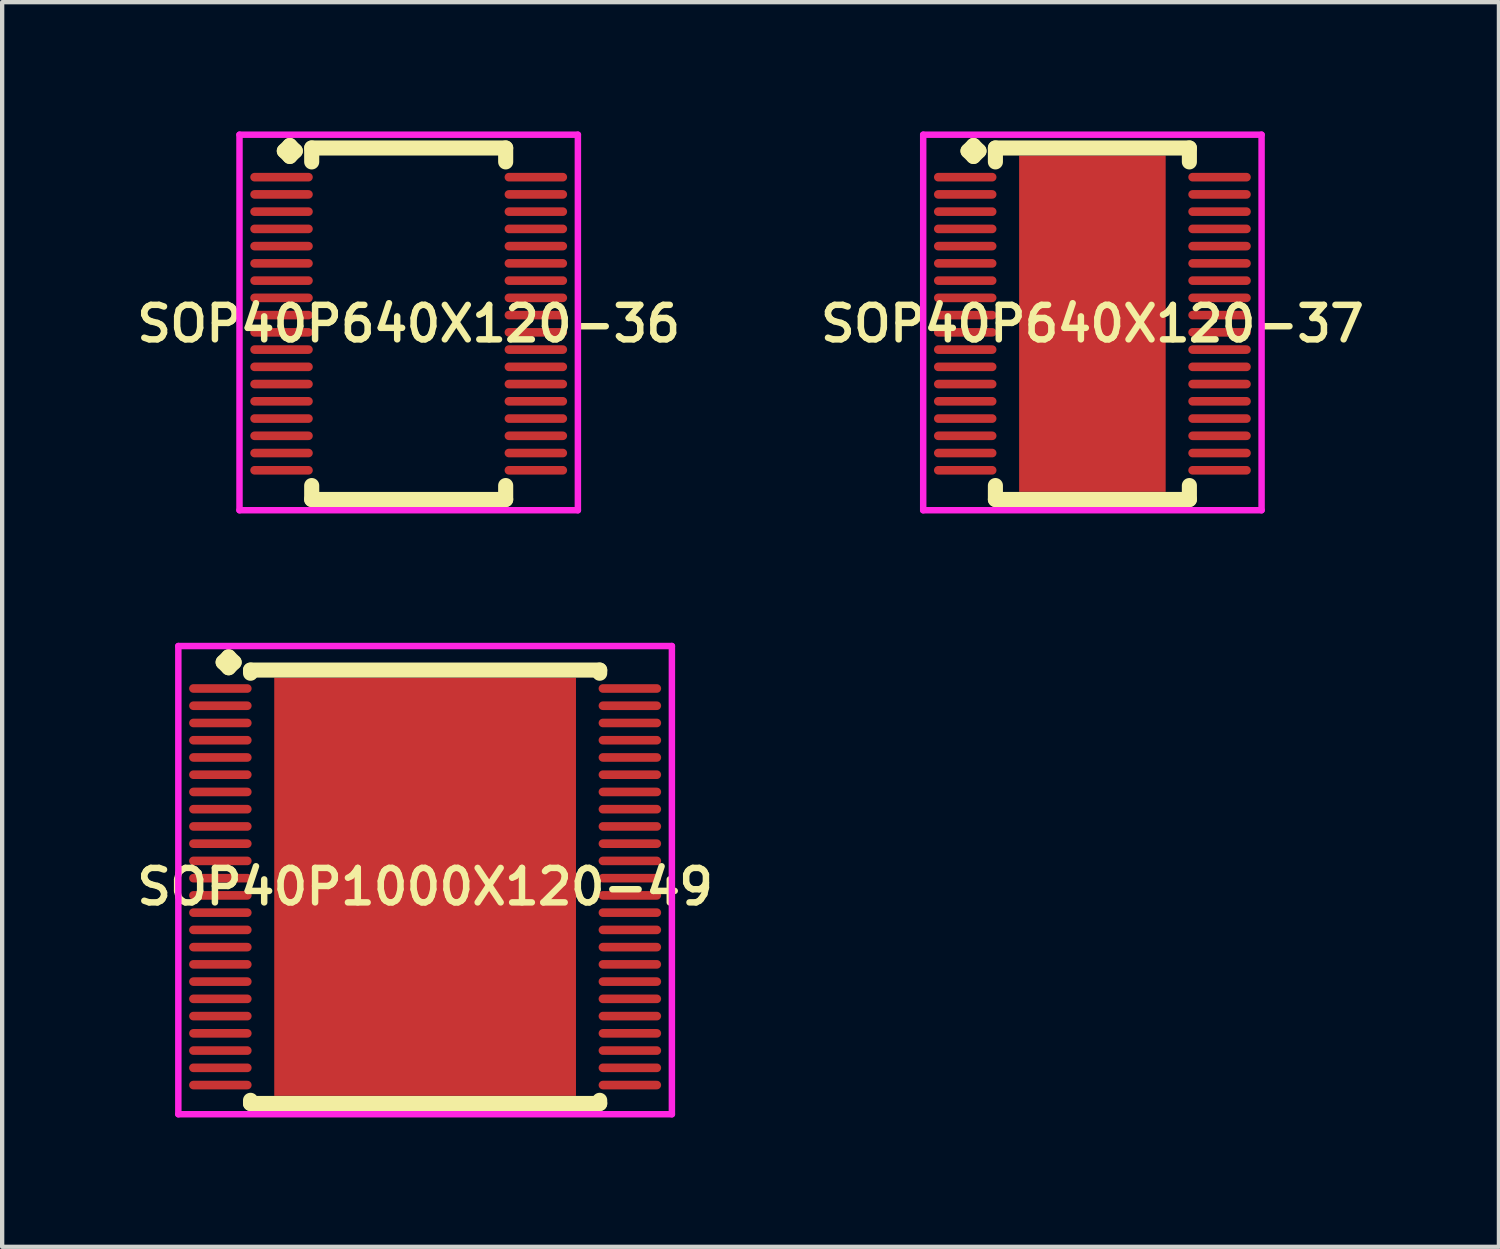
<source format=kicad_pcb>
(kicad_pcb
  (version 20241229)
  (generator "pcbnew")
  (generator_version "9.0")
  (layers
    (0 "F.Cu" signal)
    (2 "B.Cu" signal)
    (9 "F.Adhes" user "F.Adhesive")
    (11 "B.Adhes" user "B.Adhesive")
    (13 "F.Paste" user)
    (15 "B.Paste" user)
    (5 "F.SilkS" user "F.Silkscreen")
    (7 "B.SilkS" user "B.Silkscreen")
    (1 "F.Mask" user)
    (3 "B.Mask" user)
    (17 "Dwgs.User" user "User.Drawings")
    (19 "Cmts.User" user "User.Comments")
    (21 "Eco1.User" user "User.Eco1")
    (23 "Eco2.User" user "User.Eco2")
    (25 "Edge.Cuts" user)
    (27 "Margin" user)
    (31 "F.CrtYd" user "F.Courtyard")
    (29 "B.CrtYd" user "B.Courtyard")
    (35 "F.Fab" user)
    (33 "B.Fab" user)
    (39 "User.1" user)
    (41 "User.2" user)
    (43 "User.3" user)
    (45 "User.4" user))
  (footprint "SOP40P640X120-36"
    (layer "F.Cu")
    (at 6.431 4.46)
    (property "Reference" "SOP40P640X120-36" (at 0 0 0) (layer "F.SilkS") (effects (font (size 0.8 0.8) (thickness 0.15))))
    (attr smd)
    (fp_line (start -2.885 -4.008) (end -2.758 -4.135) (stroke (width 0.35) (type solid)) (layer "F.SilkS"))
    (fp_line (start -2.758 -4.135) (end -2.631 -4.008) (stroke (width 0.35) (type solid)) (layer "F.SilkS"))
    (fp_line (start -2.758 -3.881) (end -2.885 -4.008) (stroke (width 0.35) (type solid)) (layer "F.SilkS"))
    (fp_line (start -2.631 -4.008) (end -2.758 -3.881) (stroke (width 0.35) (type solid)) (layer "F.SilkS"))
    (fp_line (start -2.25 -4.077) (end 2.25 -4.077) (stroke (width 0.35) (type solid)) (layer "F.SilkS"))
    (fp_line (start -2.25 -3.754) (end -2.25 -4.077) (stroke (width 0.35) (type solid)) (layer "F.SilkS"))
    (fp_line (start -2.25 3.754) (end -2.25 4.077) (stroke (width 0.35) (type solid)) (layer "F.SilkS"))
    (fp_line (start -2.25 4.077) (end 2.25 4.077) (stroke (width 0.35) (type solid)) (layer "F.SilkS"))
    (fp_line (start 2.25 -4.077) (end 2.25 -3.754) (stroke (width 0.35) (type solid)) (layer "F.SilkS"))
    (fp_line (start 2.25 4.077) (end 2.25 3.754) (stroke (width 0.35) (type solid)) (layer "F.SilkS"))
    (fp_line (start -3.925 -4.385) (end 3.925 -4.385) (stroke (width 0.15) (type solid)) (layer "F.CrtYd"))
    (fp_line (start -3.925 4.327) (end -3.925 -4.385) (stroke (width 0.15) (type solid)) (layer "F.CrtYd"))
    (fp_line (start 3.925 -4.385) (end 3.925 4.327) (stroke (width 0.15) (type solid)) (layer "F.CrtYd"))
    (fp_line (start 3.925 4.327) (end -3.925 4.327) (stroke (width 0.15) (type solid)) (layer "F.CrtYd"))
    (pad "1" smd oval (at -2.95 -3.4) (size 1.45 0.2) (layers "F.Cu" "F.Mask" "F.Paste"))
    (pad "2" smd oval (at -2.95 -3) (size 1.45 0.2) (layers "F.Cu" "F.Mask" "F.Paste"))
    (pad "3" smd oval (at -2.95 -2.6) (size 1.45 0.2) (layers "F.Cu" "F.Mask" "F.Paste"))
    (pad "4" smd oval (at -2.95 -2.2) (size 1.45 0.2) (layers "F.Cu" "F.Mask" "F.Paste"))
    (pad "5" smd oval (at -2.95 -1.8) (size 1.45 0.2) (layers "F.Cu" "F.Mask" "F.Paste"))
    (pad "6" smd oval (at -2.95 -1.4) (size 1.45 0.2) (layers "F.Cu" "F.Mask" "F.Paste"))
    (pad "7" smd oval (at -2.95 -1) (size 1.45 0.2) (layers "F.Cu" "F.Mask" "F.Paste"))
    (pad "8" smd oval (at -2.95 -0.6) (size 1.45 0.2) (layers "F.Cu" "F.Mask" "F.Paste"))
    (pad "9" smd oval (at -2.95 -0.2) (size 1.45 0.2) (layers "F.Cu" "F.Mask" "F.Paste"))
    (pad "10" smd oval (at -2.95 0.2) (size 1.45 0.2) (layers "F.Cu" "F.Mask" "F.Paste"))
    (pad "11" smd oval (at -2.95 0.6) (size 1.45 0.2) (layers "F.Cu" "F.Mask" "F.Paste"))
    (pad "12" smd oval (at -2.95 1) (size 1.45 0.2) (layers "F.Cu" "F.Mask" "F.Paste"))
    (pad "13" smd oval (at -2.95 1.4) (size 1.45 0.2) (layers "F.Cu" "F.Mask" "F.Paste"))
    (pad "14" smd oval (at -2.95 1.8) (size 1.45 0.2) (layers "F.Cu" "F.Mask" "F.Paste"))
    (pad "15" smd oval (at -2.95 2.2) (size 1.45 0.2) (layers "F.Cu" "F.Mask" "F.Paste"))
    (pad "16" smd oval (at -2.95 2.6) (size 1.45 0.2) (layers "F.Cu" "F.Mask" "F.Paste"))
    (pad "17" smd oval (at -2.95 3) (size 1.45 0.2) (layers "F.Cu" "F.Mask" "F.Paste"))
    (pad "18" smd oval (at -2.95 3.4) (size 1.45 0.2) (layers "F.Cu" "F.Mask" "F.Paste"))
    (pad "19" smd oval (at 2.95 3.4) (size 1.45 0.2) (layers "F.Cu" "F.Mask" "F.Paste"))
    (pad "20" smd oval (at 2.95 3) (size 1.45 0.2) (layers "F.Cu" "F.Mask" "F.Paste"))
    (pad "21" smd oval (at 2.95 2.6) (size 1.45 0.2) (layers "F.Cu" "F.Mask" "F.Paste"))
    (pad "22" smd oval (at 2.95 2.2) (size 1.45 0.2) (layers "F.Cu" "F.Mask" "F.Paste"))
    (pad "23" smd oval (at 2.95 1.8) (size 1.45 0.2) (layers "F.Cu" "F.Mask" "F.Paste"))
    (pad "24" smd oval (at 2.95 1.4) (size 1.45 0.2) (layers "F.Cu" "F.Mask" "F.Paste"))
    (pad "25" smd oval (at 2.95 1) (size 1.45 0.2) (layers "F.Cu" "F.Mask" "F.Paste"))
    (pad "26" smd oval (at 2.95 0.6) (size 1.45 0.2) (layers "F.Cu" "F.Mask" "F.Paste"))
    (pad "27" smd oval (at 2.95 0.2) (size 1.45 0.2) (layers "F.Cu" "F.Mask" "F.Paste"))
    (pad "28" smd oval (at 2.95 -0.2) (size 1.45 0.2) (layers "F.Cu" "F.Mask" "F.Paste"))
    (pad "29" smd oval (at 2.95 -0.6) (size 1.45 0.2) (layers "F.Cu" "F.Mask" "F.Paste"))
    (pad "30" smd oval (at 2.95 -1) (size 1.45 0.2) (layers "F.Cu" "F.Mask" "F.Paste"))
    (pad "31" smd oval (at 2.95 -1.4) (size 1.45 0.2) (layers "F.Cu" "F.Mask" "F.Paste"))
    (pad "32" smd oval (at 2.95 -1.8) (size 1.45 0.2) (layers "F.Cu" "F.Mask" "F.Paste"))
    (pad "33" smd oval (at 2.95 -2.2) (size 1.45 0.2) (layers "F.Cu" "F.Mask" "F.Paste"))
    (pad "34" smd oval (at 2.95 -2.6) (size 1.45 0.2) (layers "F.Cu" "F.Mask" "F.Paste"))
    (pad "35" smd oval (at 2.95 -3) (size 1.45 0.2) (layers "F.Cu" "F.Mask" "F.Paste"))
    (pad "36" smd oval (at 2.95 -3.4) (size 1.45 0.2) (layers "F.Cu" "F.Mask" "F.Paste")))
  (footprint "SOP40P1000X120-49"
    (layer "F.Cu")
    (at 6.812 17.522)
    (property "Reference" "SOP40P1000X120-49" (at 0 0 0) (layer "F.SilkS") (effects (font (size 0.8 0.8) (thickness 0.15))))
    (attr smd)
    (fp_line (start -4.685 -5.208) (end -4.558 -5.335) (stroke (width 0.35) (type solid)) (layer "F.SilkS"))
    (fp_line (start -4.558 -5.335) (end -4.431 -5.208) (stroke (width 0.35) (type solid)) (layer "F.SilkS"))
    (fp_line (start -4.558 -5.081) (end -4.685 -5.208) (stroke (width 0.35) (type solid)) (layer "F.SilkS"))
    (fp_line (start -4.431 -5.208) (end -4.558 -5.081) (stroke (width 0.35) (type solid)) (layer "F.SilkS"))
    (fp_line (start -4.05 -5.027) (end 4.05 -5.027) (stroke (width 0.35) (type solid)) (layer "F.SilkS"))
    (fp_line (start -4.05 -4.954) (end -4.05 -5.027) (stroke (width 0.35) (type solid)) (layer "F.SilkS"))
    (fp_line (start -4.05 4.954) (end -4.05 5.027) (stroke (width 0.35) (type solid)) (layer "F.SilkS"))
    (fp_line (start -4.05 5.027) (end 4.05 5.027) (stroke (width 0.35) (type solid)) (layer "F.SilkS"))
    (fp_line (start 4.05 -5.027) (end 4.05 -4.954) (stroke (width 0.35) (type solid)) (layer "F.SilkS"))
    (fp_line (start 4.05 5.027) (end 4.05 4.954) (stroke (width 0.35) (type solid)) (layer "F.SilkS"))
    (fp_line (start -5.725 -5.585) (end 5.725 -5.585) (stroke (width 0.15) (type solid)) (layer "F.CrtYd"))
    (fp_line (start -5.725 5.277) (end -5.725 -5.585) (stroke (width 0.15) (type solid)) (layer "F.CrtYd"))
    (fp_line (start 5.725 -5.585) (end 5.725 5.277) (stroke (width 0.15) (type solid)) (layer "F.CrtYd"))
    (fp_line (start 5.725 5.277) (end -5.725 5.277) (stroke (width 0.15) (type solid)) (layer "F.CrtYd"))
    (pad "1" smd oval (at -4.75 -4.6) (size 1.45 0.2) (layers "F.Cu" "F.Mask" "F.Paste"))
    (pad "2" smd oval (at -4.75 -4.2) (size 1.45 0.2) (layers "F.Cu" "F.Mask" "F.Paste"))
    (pad "3" smd oval (at -4.75 -3.8) (size 1.45 0.2) (layers "F.Cu" "F.Mask" "F.Paste"))
    (pad "4" smd oval (at -4.75 -3.4) (size 1.45 0.2) (layers "F.Cu" "F.Mask" "F.Paste"))
    (pad "5" smd oval (at -4.75 -3) (size 1.45 0.2) (layers "F.Cu" "F.Mask" "F.Paste"))
    (pad "6" smd oval (at -4.75 -2.6) (size 1.45 0.2) (layers "F.Cu" "F.Mask" "F.Paste"))
    (pad "7" smd oval (at -4.75 -2.2) (size 1.45 0.2) (layers "F.Cu" "F.Mask" "F.Paste"))
    (pad "8" smd oval (at -4.75 -1.8) (size 1.45 0.2) (layers "F.Cu" "F.Mask" "F.Paste"))
    (pad "9" smd oval (at -4.75 -1.4) (size 1.45 0.2) (layers "F.Cu" "F.Mask" "F.Paste"))
    (pad "10" smd oval (at -4.75 -1) (size 1.45 0.2) (layers "F.Cu" "F.Mask" "F.Paste"))
    (pad "11" smd oval (at -4.75 -0.6) (size 1.45 0.2) (layers "F.Cu" "F.Mask" "F.Paste"))
    (pad "12" smd oval (at -4.75 -0.2) (size 1.45 0.2) (layers "F.Cu" "F.Mask" "F.Paste"))
    (pad "13" smd oval (at -4.75 0.2) (size 1.45 0.2) (layers "F.Cu" "F.Mask" "F.Paste"))
    (pad "14" smd oval (at -4.75 0.6) (size 1.45 0.2) (layers "F.Cu" "F.Mask" "F.Paste"))
    (pad "15" smd oval (at -4.75 1) (size 1.45 0.2) (layers "F.Cu" "F.Mask" "F.Paste"))
    (pad "16" smd oval (at -4.75 1.4) (size 1.45 0.2) (layers "F.Cu" "F.Mask" "F.Paste"))
    (pad "17" smd oval (at -4.75 1.8) (size 1.45 0.2) (layers "F.Cu" "F.Mask" "F.Paste"))
    (pad "18" smd oval (at -4.75 2.2) (size 1.45 0.2) (layers "F.Cu" "F.Mask" "F.Paste"))
    (pad "19" smd oval (at -4.75 2.6) (size 1.45 0.2) (layers "F.Cu" "F.Mask" "F.Paste"))
    (pad "20" smd oval (at -4.75 3) (size 1.45 0.2) (layers "F.Cu" "F.Mask" "F.Paste"))
    (pad "21" smd oval (at -4.75 3.4) (size 1.45 0.2) (layers "F.Cu" "F.Mask" "F.Paste"))
    (pad "22" smd oval (at -4.75 3.8) (size 1.45 0.2) (layers "F.Cu" "F.Mask" "F.Paste"))
    (pad "23" smd oval (at -4.75 4.2) (size 1.45 0.2) (layers "F.Cu" "F.Mask" "F.Paste"))
    (pad "24" smd oval (at -4.75 4.6) (size 1.45 0.2) (layers "F.Cu" "F.Mask" "F.Paste"))
    (pad "25" smd oval (at 4.75 4.6) (size 1.45 0.2) (layers "F.Cu" "F.Mask" "F.Paste"))
    (pad "26" smd oval (at 4.75 4.2) (size 1.45 0.2) (layers "F.Cu" "F.Mask" "F.Paste"))
    (pad "27" smd oval (at 4.75 3.8) (size 1.45 0.2) (layers "F.Cu" "F.Mask" "F.Paste"))
    (pad "28" smd oval (at 4.75 3.4) (size 1.45 0.2) (layers "F.Cu" "F.Mask" "F.Paste"))
    (pad "29" smd oval (at 4.75 3) (size 1.45 0.2) (layers "F.Cu" "F.Mask" "F.Paste"))
    (pad "30" smd oval (at 4.75 2.6) (size 1.45 0.2) (layers "F.Cu" "F.Mask" "F.Paste"))
    (pad "31" smd oval (at 4.75 2.2) (size 1.45 0.2) (layers "F.Cu" "F.Mask" "F.Paste"))
    (pad "32" smd oval (at 4.75 1.8) (size 1.45 0.2) (layers "F.Cu" "F.Mask" "F.Paste"))
    (pad "33" smd oval (at 4.75 1.4) (size 1.45 0.2) (layers "F.Cu" "F.Mask" "F.Paste"))
    (pad "34" smd oval (at 4.75 1) (size 1.45 0.2) (layers "F.Cu" "F.Mask" "F.Paste"))
    (pad "35" smd oval (at 4.75 0.6) (size 1.45 0.2) (layers "F.Cu" "F.Mask" "F.Paste"))
    (pad "36" smd oval (at 4.75 0.2) (size 1.45 0.2) (layers "F.Cu" "F.Mask" "F.Paste"))
    (pad "37" smd oval (at 4.75 -0.2) (size 1.45 0.2) (layers "F.Cu" "F.Mask" "F.Paste"))
    (pad "38" smd oval (at 4.75 -0.6) (size 1.45 0.2) (layers "F.Cu" "F.Mask" "F.Paste"))
    (pad "39" smd oval (at 4.75 -1) (size 1.45 0.2) (layers "F.Cu" "F.Mask" "F.Paste"))
    (pad "40" smd oval (at 4.75 -1.4) (size 1.45 0.2) (layers "F.Cu" "F.Mask" "F.Paste"))
    (pad "41" smd oval (at 4.75 -1.8) (size 1.45 0.2) (layers "F.Cu" "F.Mask" "F.Paste"))
    (pad "42" smd oval (at 4.75 -2.2) (size 1.45 0.2) (layers "F.Cu" "F.Mask" "F.Paste"))
    (pad "43" smd oval (at 4.75 -2.6) (size 1.45 0.2) (layers "F.Cu" "F.Mask" "F.Paste"))
    (pad "44" smd oval (at 4.75 -3) (size 1.45 0.2) (layers "F.Cu" "F.Mask" "F.Paste"))
    (pad "45" smd oval (at 4.75 -3.4) (size 1.45 0.2) (layers "F.Cu" "F.Mask" "F.Paste"))
    (pad "46" smd oval (at 4.75 -3.8) (size 1.45 0.2) (layers "F.Cu" "F.Mask" "F.Paste"))
    (pad "47" smd oval (at 4.75 -4.2) (size 1.45 0.2) (layers "F.Cu" "F.Mask" "F.Paste"))
    (pad "48" smd oval (at 4.75 -4.6) (size 1.45 0.2) (layers "F.Cu" "F.Mask" "F.Paste"))
    (pad "49" smd rect (at 0 0) (size 7 9.7) (layers "F.Cu" "F.Mask" "F.Paste")))
  (footprint "SOP40P640X120-37"
    (layer "F.Cu")
    (at 22.292 4.46)
    (property "Reference" "SOP40P640X120-37" (at 0 0 0) (layer "F.SilkS") (effects (font (size 0.8 0.8) (thickness 0.15))))
    (attr smd)
    (fp_line (start -2.885 -4.008) (end -2.758 -4.135) (stroke (width 0.35) (type solid)) (layer "F.SilkS"))
    (fp_line (start -2.758 -4.135) (end -2.631 -4.008) (stroke (width 0.35) (type solid)) (layer "F.SilkS"))
    (fp_line (start -2.758 -3.881) (end -2.885 -4.008) (stroke (width 0.35) (type solid)) (layer "F.SilkS"))
    (fp_line (start -2.631 -4.008) (end -2.758 -3.881) (stroke (width 0.35) (type solid)) (layer "F.SilkS"))
    (fp_line (start -2.25 -4.077) (end 2.25 -4.077) (stroke (width 0.35) (type solid)) (layer "F.SilkS"))
    (fp_line (start -2.25 -3.754) (end -2.25 -4.077) (stroke (width 0.35) (type solid)) (layer "F.SilkS"))
    (fp_line (start -2.25 3.754) (end -2.25 4.077) (stroke (width 0.35) (type solid)) (layer "F.SilkS"))
    (fp_line (start -2.25 4.077) (end 2.25 4.077) (stroke (width 0.35) (type solid)) (layer "F.SilkS"))
    (fp_line (start 2.25 -4.077) (end 2.25 -3.754) (stroke (width 0.35) (type solid)) (layer "F.SilkS"))
    (fp_line (start 2.25 4.077) (end 2.25 3.754) (stroke (width 0.35) (type solid)) (layer "F.SilkS"))
    (fp_line (start -3.925 -4.385) (end 3.925 -4.385) (stroke (width 0.15) (type solid)) (layer "F.CrtYd"))
    (fp_line (start -3.925 4.327) (end -3.925 -4.385) (stroke (width 0.15) (type solid)) (layer "F.CrtYd"))
    (fp_line (start 3.925 -4.385) (end 3.925 4.327) (stroke (width 0.15) (type solid)) (layer "F.CrtYd"))
    (fp_line (start 3.925 4.327) (end -3.925 4.327) (stroke (width 0.15) (type solid)) (layer "F.CrtYd"))
    (pad "1" smd oval (at -2.95 -3.4) (size 1.45 0.2) (layers "F.Cu" "F.Mask" "F.Paste"))
    (pad "2" smd oval (at -2.95 -3) (size 1.45 0.2) (layers "F.Cu" "F.Mask" "F.Paste"))
    (pad "3" smd oval (at -2.95 -2.6) (size 1.45 0.2) (layers "F.Cu" "F.Mask" "F.Paste"))
    (pad "4" smd oval (at -2.95 -2.2) (size 1.45 0.2) (layers "F.Cu" "F.Mask" "F.Paste"))
    (pad "5" smd oval (at -2.95 -1.8) (size 1.45 0.2) (layers "F.Cu" "F.Mask" "F.Paste"))
    (pad "6" smd oval (at -2.95 -1.4) (size 1.45 0.2) (layers "F.Cu" "F.Mask" "F.Paste"))
    (pad "7" smd oval (at -2.95 -1) (size 1.45 0.2) (layers "F.Cu" "F.Mask" "F.Paste"))
    (pad "8" smd oval (at -2.95 -0.6) (size 1.45 0.2) (layers "F.Cu" "F.Mask" "F.Paste"))
    (pad "9" smd oval (at -2.95 -0.2) (size 1.45 0.2) (layers "F.Cu" "F.Mask" "F.Paste"))
    (pad "10" smd oval (at -2.95 0.2) (size 1.45 0.2) (layers "F.Cu" "F.Mask" "F.Paste"))
    (pad "11" smd oval (at -2.95 0.6) (size 1.45 0.2) (layers "F.Cu" "F.Mask" "F.Paste"))
    (pad "12" smd oval (at -2.95 1) (size 1.45 0.2) (layers "F.Cu" "F.Mask" "F.Paste"))
    (pad "13" smd oval (at -2.95 1.4) (size 1.45 0.2) (layers "F.Cu" "F.Mask" "F.Paste"))
    (pad "14" smd oval (at -2.95 1.8) (size 1.45 0.2) (layers "F.Cu" "F.Mask" "F.Paste"))
    (pad "15" smd oval (at -2.95 2.2) (size 1.45 0.2) (layers "F.Cu" "F.Mask" "F.Paste"))
    (pad "16" smd oval (at -2.95 2.6) (size 1.45 0.2) (layers "F.Cu" "F.Mask" "F.Paste"))
    (pad "17" smd oval (at -2.95 3) (size 1.45 0.2) (layers "F.Cu" "F.Mask" "F.Paste"))
    (pad "18" smd oval (at -2.95 3.4) (size 1.45 0.2) (layers "F.Cu" "F.Mask" "F.Paste"))
    (pad "19" smd oval (at 2.95 3.4) (size 1.45 0.2) (layers "F.Cu" "F.Mask" "F.Paste"))
    (pad "20" smd oval (at 2.95 3) (size 1.45 0.2) (layers "F.Cu" "F.Mask" "F.Paste"))
    (pad "21" smd oval (at 2.95 2.6) (size 1.45 0.2) (layers "F.Cu" "F.Mask" "F.Paste"))
    (pad "22" smd oval (at 2.95 2.2) (size 1.45 0.2) (layers "F.Cu" "F.Mask" "F.Paste"))
    (pad "23" smd oval (at 2.95 1.8) (size 1.45 0.2) (layers "F.Cu" "F.Mask" "F.Paste"))
    (pad "24" smd oval (at 2.95 1.4) (size 1.45 0.2) (layers "F.Cu" "F.Mask" "F.Paste"))
    (pad "25" smd oval (at 2.95 1) (size 1.45 0.2) (layers "F.Cu" "F.Mask" "F.Paste"))
    (pad "26" smd oval (at 2.95 0.6) (size 1.45 0.2) (layers "F.Cu" "F.Mask" "F.Paste"))
    (pad "27" smd oval (at 2.95 0.2) (size 1.45 0.2) (layers "F.Cu" "F.Mask" "F.Paste"))
    (pad "28" smd oval (at 2.95 -0.2) (size 1.45 0.2) (layers "F.Cu" "F.Mask" "F.Paste"))
    (pad "29" smd oval (at 2.95 -0.6) (size 1.45 0.2) (layers "F.Cu" "F.Mask" "F.Paste"))
    (pad "30" smd oval (at 2.95 -1) (size 1.45 0.2) (layers "F.Cu" "F.Mask" "F.Paste"))
    (pad "31" smd oval (at 2.95 -1.4) (size 1.45 0.2) (layers "F.Cu" "F.Mask" "F.Paste"))
    (pad "32" smd oval (at 2.95 -1.8) (size 1.45 0.2) (layers "F.Cu" "F.Mask" "F.Paste"))
    (pad "33" smd oval (at 2.95 -2.2) (size 1.45 0.2) (layers "F.Cu" "F.Mask" "F.Paste"))
    (pad "34" smd oval (at 2.95 -2.6) (size 1.45 0.2) (layers "F.Cu" "F.Mask" "F.Paste"))
    (pad "35" smd oval (at 2.95 -3) (size 1.45 0.2) (layers "F.Cu" "F.Mask" "F.Paste"))
    (pad "36" smd oval (at 2.95 -3.4) (size 1.45 0.2) (layers "F.Cu" "F.Mask" "F.Paste"))
    (pad "37" smd rect (at 0 0) (size 3.4 7.8) (layers "F.Cu" "F.Mask" "F.Paste")))
  (gr_rect
    (start -3 -3)
    (end 31.723 25.874)
    (stroke (width 0.1) (type default))
    (fill no)
    (layer "Edge.Cuts")))
</source>
